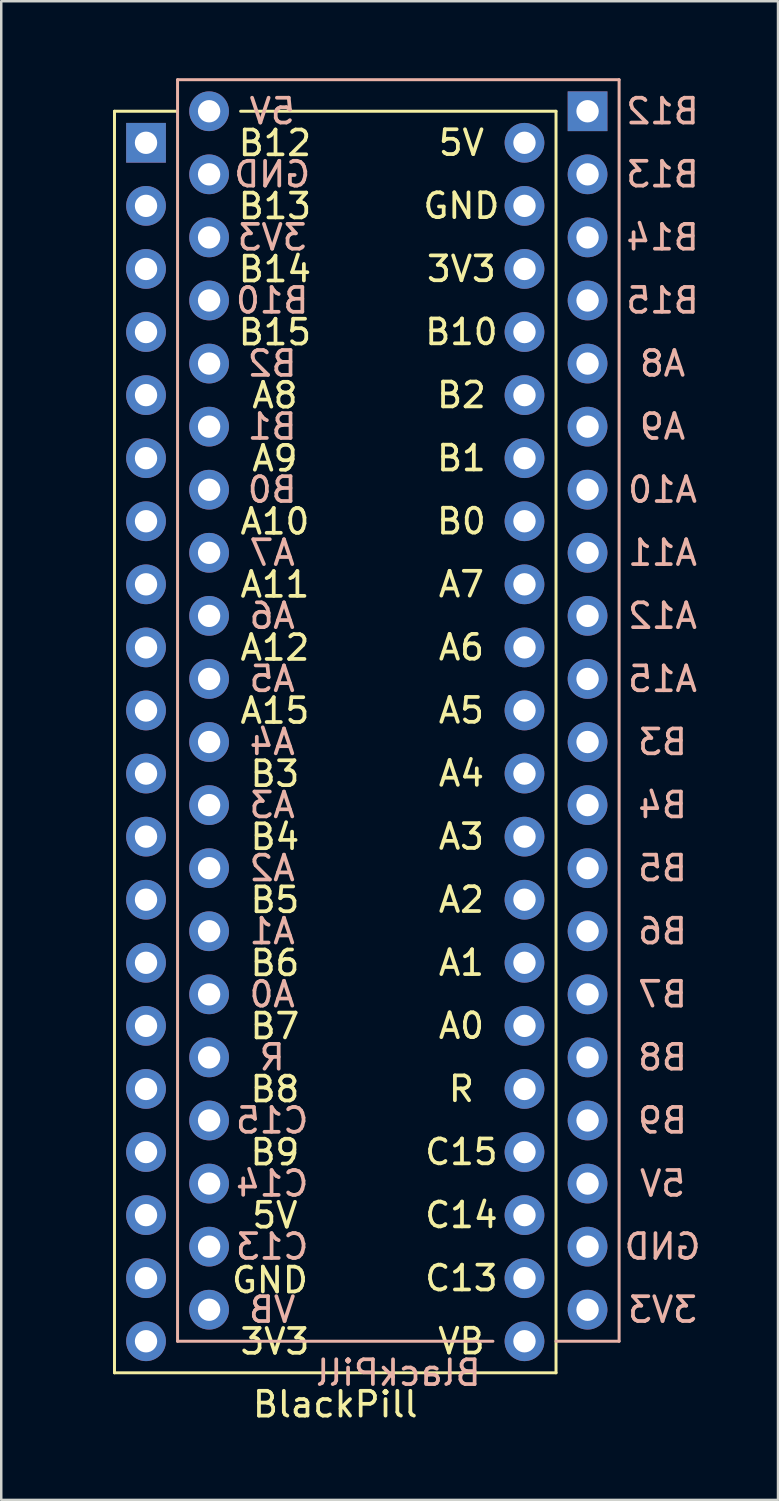
<source format=kicad_pcb>
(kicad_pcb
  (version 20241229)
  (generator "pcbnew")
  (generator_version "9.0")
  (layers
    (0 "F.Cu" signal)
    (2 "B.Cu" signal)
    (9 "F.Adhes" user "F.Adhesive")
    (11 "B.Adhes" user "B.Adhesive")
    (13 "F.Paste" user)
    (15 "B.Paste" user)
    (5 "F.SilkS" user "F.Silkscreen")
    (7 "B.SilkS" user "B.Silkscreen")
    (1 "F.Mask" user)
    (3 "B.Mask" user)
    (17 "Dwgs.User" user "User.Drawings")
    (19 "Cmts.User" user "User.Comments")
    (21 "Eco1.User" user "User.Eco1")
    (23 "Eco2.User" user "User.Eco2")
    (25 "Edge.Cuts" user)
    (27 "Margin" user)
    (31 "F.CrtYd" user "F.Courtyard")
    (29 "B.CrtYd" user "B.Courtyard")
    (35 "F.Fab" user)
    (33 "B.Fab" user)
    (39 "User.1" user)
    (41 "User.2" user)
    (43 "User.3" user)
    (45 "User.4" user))
  (footprint "BlackPill"
    (layer "F.Cu")
    (at 2.83 2.7)
    (property "Reference" "BlackPill" (at 7.62 50.8 0) (layer "F.SilkS") (effects (font (size 1 1) (thickness 0.15))))
    (attr through_hole)
    (fp_line (start -1.27 -1.27) (end -1.27 49.53) (stroke (width 0.12) (type solid)) (layer "F.SilkS"))
    (fp_line (start -1.27 49.53) (end 16.51 49.53) (stroke (width 0.12) (type solid)) (layer "F.SilkS"))
    (fp_line (start 1.27 -1.27) (end -1.27 -1.27) (stroke (width 0.12) (type solid)) (layer "F.SilkS"))
    (fp_line (start 16.51 -1.27) (end 3.81 -1.27) (stroke (width 0.12) (type solid)) (layer "F.SilkS"))
    (fp_line (start 16.51 49.53) (end 16.51 -1.27) (stroke (width 0.12) (type solid)) (layer "F.SilkS"))
    (fp_line (start 1.27 -2.54) (end 1.27 48.26) (stroke (width 0.12) (type solid)) (layer "B.SilkS"))
    (fp_line (start 1.27 48.26) (end 13.97 48.26) (stroke (width 0.12) (type solid)) (layer "B.SilkS"))
    (fp_line (start 16.51 48.26) (end 19.05 48.26) (stroke (width 0.12) (type solid)) (layer "B.SilkS"))
    (fp_line (start 19.05 -2.54) (end 1.27 -2.54) (stroke (width 0.12) (type solid)) (layer "B.SilkS"))
    (fp_line (start 19.05 48.26) (end 19.05 -2.54) (stroke (width 0.12) (type solid)) (layer "B.SilkS"))
    (fp_line (start -2.77 -2.64) (end 20.55 -2.64) (stroke (width 0.12) (type solid)) (layer "Eco2.User"))
    (fp_line (start -2.77 51.44) (end -2.77 -2.64) (stroke (width 0.12) (type solid)) (layer "Eco2.User"))
    (fp_line (start 20.55 -2.64) (end 20.55 51.44) (stroke (width 0.12) (type solid)) (layer "Eco2.User"))
    (fp_line (start 20.55 51.44) (end -2.77 51.44) (stroke (width 0.12) (type solid)) (layer "Eco2.User"))
    (fp_text user "A9" (at 5.19 12.71 0) (layer "F.SilkS") (effects (font (size 1 1) (thickness 0.15))))
    (fp_text user "5V" (at 5.19 43.19 0) (layer "F.SilkS") (effects (font (size 1 1) (thickness 0.15))))
    (fp_text user "B0" (at 12.7 15.24 0) (layer "F.SilkS") (effects (font (size 1 1) (thickness 0.15))))
    (fp_text user "A1" (at 12.7 33.02 0) (layer "F.SilkS") (effects (font (size 1 1) (thickness 0.15))))
    (fp_text user "B4" (at 5.19 27.95 0) (layer "F.SilkS") (effects (font (size 1 1) (thickness 0.15))))
    (fp_text user "A2" (at 12.7 30.48 0) (layer "F.SilkS") (effects (font (size 1 1) (thickness 0.15))))
    (fp_text user "B14" (at 5.19 5.09 0) (layer "F.SilkS") (effects (font (size 1 1) (thickness 0.15))))
    (fp_text user "A8" (at 5.19 10.17 0) (layer "F.SilkS") (effects (font (size 1 1) (thickness 0.15))))
    (fp_text user "5V" (at 12.7 0 0) (layer "F.SilkS") (effects (font (size 1 1) (thickness 0.15))))
    (fp_text user "A6" (at 12.7 20.32 0) (layer "F.SilkS") (effects (font (size 1 1) (thickness 0.15))))
    (fp_text user "B8" (at 5.19 38.11 0) (layer "F.SilkS") (effects (font (size 1 1) (thickness 0.15))))
    (fp_text user "B12" (at 5.19 0.01 0) (layer "F.SilkS") (effects (font (size 1 1) (thickness 0.15))))
    (fp_text user "B3" (at 5.19 25.41 0) (layer "F.SilkS") (effects (font (size 1 1) (thickness 0.15))))
    (fp_text user "B5" (at 5.19 30.49 0) (layer "F.SilkS") (effects (font (size 1 1) (thickness 0.15))))
    (fp_text user "A3" (at 12.7 27.94 0) (layer "F.SilkS") (effects (font (size 1 1) (thickness 0.15))))
    (fp_text user "B1" (at 12.7 12.7 0) (layer "F.SilkS") (effects (font (size 1 1) (thickness 0.15))))
    (fp_text user "3V3" (at 12.7 5.08 0) (layer "F.SilkS") (effects (font (size 1 1) (thickness 0.15))))
    (fp_text user "B10" (at 12.7 7.62 0) (layer "F.SilkS") (effects (font (size 1 1) (thickness 0.15))))
    (fp_text user "A5" (at 12.7 22.86 0) (layer "F.SilkS") (effects (font (size 1 1) (thickness 0.15))))
    (fp_text user "A12" (at 5.19 20.33 0) (layer "F.SilkS") (effects (font (size 1 1) (thickness 0.15))))
    (fp_text user "B6" (at 5.19 33.03 0) (layer "F.SilkS") (effects (font (size 1 1) (thickness 0.15))))
    (fp_text user "B7" (at 5.19 35.57 0) (layer "F.SilkS") (effects (font (size 1 1) (thickness 0.15))))
    (fp_text user "R" (at 12.7 38.1 0) (layer "F.SilkS") (effects (font (size 1 1) (thickness 0.15))))
    (fp_text user "B15" (at 5.19 7.63 0) (layer "F.SilkS") (effects (font (size 1 1) (thickness 0.15))))
    (fp_text user "A4" (at 12.7 25.4 0) (layer "F.SilkS") (effects (font (size 1 1) (thickness 0.15))))
    (fp_text user "A10" (at 5.19 15.25 0) (layer "F.SilkS") (effects (font (size 1 1) (thickness 0.15))))
    (fp_text user "B13" (at 5.19 2.55 0) (layer "F.SilkS") (effects (font (size 1 1) (thickness 0.15))))
    (fp_text user "C13" (at 12.7 45.72 0) (layer "F.SilkS") (effects (font (size 1 1) (thickness 0.15))))
    (fp_text user "C14" (at 12.7 43.18 0) (layer "F.SilkS") (effects (font (size 1 1) (thickness 0.15))))
    (fp_text user "B9" (at 5.19 40.65 0) (layer "F.SilkS") (effects (font (size 1 1) (thickness 0.15))))
    (fp_text user "VB" (at 12.7 48.26 0) (layer "F.SilkS") (effects (font (size 1 1) (thickness 0.15))))
    (fp_text user "GND" (at 12.7 2.54 0) (layer "F.SilkS") (effects (font (size 1 1) (thickness 0.15))))
    (fp_text user "A0" (at 12.7 35.56 0) (layer "F.SilkS") (effects (font (size 1 1) (thickness 0.15))))
    (fp_text user "A7" (at 12.7 17.78 0) (layer "F.SilkS") (effects (font (size 1 1) (thickness 0.15))))
    (fp_text user "GND" (at 4.99 45.8 0) (layer "F.SilkS") (effects (font (size 1 1) (thickness 0.15))))
    (fp_text user "A15" (at 5.19 22.87 0) (layer "F.SilkS") (effects (font (size 1 1) (thickness 0.15))))
    (fp_text user "C15" (at 12.7 40.64 0) (layer "F.SilkS") (effects (font (size 1 1) (thickness 0.15))))
    (fp_text user "A11" (at 5.19 17.79 0) (layer "F.SilkS") (effects (font (size 1 1) (thickness 0.15))))
    (fp_text user "B2" (at 12.7 10.16 0) (layer "F.SilkS") (effects (font (size 1 1) (thickness 0.15))))
    (fp_text user "3V3" (at 5.19 48.27 0) (layer "F.SilkS") (effects (font (size 1 1) (thickness 0.15))))
    (fp_text user "3V3" (at 5.08 3.81 180) (layer "B.SilkS") (effects (font (size 1 1) (thickness 0.15)) (justify mirror)))
    (fp_text user "B3" (at 20.8 24.13 180) (layer "B.SilkS") (effects (font (size 1 1) (thickness 0.15)) (justify mirror)))
    (fp_text user "B13" (at 20.8 1.27 180) (layer "B.SilkS") (effects (font (size 1 1) (thickness 0.15)) (justify mirror)))
    (fp_text user "A6" (at 5.08 19.05 180) (layer "B.SilkS") (effects (font (size 1 1) (thickness 0.15)) (justify mirror)))
    (fp_text user "B4" (at 20.8 26.67 180) (layer "B.SilkS") (effects (font (size 1 1) (thickness 0.15)) (justify mirror)))
    (fp_text user "B5" (at 20.8 29.21 180) (layer "B.SilkS") (effects (font (size 1 1) (thickness 0.15)) (justify mirror)))
    (fp_text user "GND" (at 20.8 44.45 180) (layer "B.SilkS") (effects (font (size 1 1) (thickness 0.15)) (justify mirror)))
    (fp_text user "A9" (at 20.8 11.43 180) (layer "B.SilkS") (effects (font (size 1 1) (thickness 0.15)) (justify mirror)))
    (fp_text user "B15" (at 20.8 6.35 180) (layer "B.SilkS") (effects (font (size 1 1) (thickness 0.15)) (justify mirror)))
    (fp_text user "B7" (at 20.8 34.29 180) (layer "B.SilkS") (effects (font (size 1 1) (thickness 0.15)) (justify mirror)))
    (fp_text user "B1" (at 5.08 11.43 180) (layer "B.SilkS") (effects (font (size 1 1) (thickness 0.15)) (justify mirror)))
    (fp_text user "B9" (at 20.8 39.37 180) (layer "B.SilkS") (effects (font (size 1 1) (thickness 0.15)) (justify mirror)))
    (fp_text user "VB" (at 5.08 46.99 180) (layer "B.SilkS") (effects (font (size 1 1) (thickness 0.15)) (justify mirror)))
    (fp_text user "C13" (at 5.08 44.45 180) (layer "B.SilkS") (effects (font (size 1 1) (thickness 0.15)) (justify mirror)))
    (fp_text user "A12" (at 20.8 19.05 180) (layer "B.SilkS") (effects (font (size 1 1) (thickness 0.15)) (justify mirror)))
    (fp_text user "A15" (at 20.8 21.59 180) (layer "B.SilkS") (effects (font (size 1 1) (thickness 0.15)) (justify mirror)))
    (fp_text user "B6" (at 20.8 31.75 180) (layer "B.SilkS") (effects (font (size 1 1) (thickness 0.15)) (justify mirror)))
    (fp_text user "B8" (at 20.8 36.83 180) (layer "B.SilkS") (effects (font (size 1 1) (thickness 0.15)) (justify mirror)))
    (fp_text user "3V3" (at 20.8 46.99 180) (layer "B.SilkS") (effects (font (size 1 1) (thickness 0.15)) (justify mirror)))
    (fp_text user "A1" (at 5.08 31.75 180) (layer "B.SilkS") (effects (font (size 1 1) (thickness 0.15)) (justify mirror)))
    (fp_text user "${REFERENCE}" (at 10.16 49.53 0) (layer "B.SilkS") (effects (font (size 1 1) (thickness 0.15)) (justify mirror)))
    (fp_text user "B2" (at 5.08 8.89 180) (layer "B.SilkS") (effects (font (size 1 1) (thickness 0.15)) (justify mirror)))
    (fp_text user "5V" (at 5.08 -1.27 180) (layer "B.SilkS") (effects (font (size 1 1) (thickness 0.15)) (justify mirror)))
    (fp_text user "A5" (at 5.08 21.59 180) (layer "B.SilkS") (effects (font (size 1 1) (thickness 0.15)) (justify mirror)))
    (fp_text user "A2" (at 5.08 29.21 180) (layer "B.SilkS") (effects (font (size 1 1) (thickness 0.15)) (justify mirror)))
    (fp_text user "A7" (at 5.08 16.51 180) (layer "B.SilkS") (effects (font (size 1 1) (thickness 0.15)) (justify mirror)))
    (fp_text user "A10" (at 20.8 13.97 180) (layer "B.SilkS") (effects (font (size 1 1) (thickness 0.15)) (justify mirror)))
    (fp_text user "B12" (at 20.8 -1.27 180) (layer "B.SilkS") (effects (font (size 1 1) (thickness 0.15)) (justify mirror)))
    (fp_text user "C15" (at 5.08 39.37 180) (layer "B.SilkS") (effects (font (size 1 1) (thickness 0.15)) (justify mirror)))
    (fp_text user "5V" (at 20.8 41.91 180) (layer "B.SilkS") (effects (font (size 1 1) (thickness 0.15)) (justify mirror)))
    (fp_text user "B14" (at 20.8 3.81 180) (layer "B.SilkS") (effects (font (size 1 1) (thickness 0.15)) (justify mirror)))
    (fp_text user "A0" (at 5.08 34.29 180) (layer "B.SilkS") (effects (font (size 1 1) (thickness 0.15)) (justify mirror)))
    (fp_text user "A8" (at 20.8 8.89 180) (layer "B.SilkS") (effects (font (size 1 1) (thickness 0.15)) (justify mirror)))
    (fp_text user "B0" (at 5.08 13.97 180) (layer "B.SilkS") (effects (font (size 1 1) (thickness 0.15)) (justify mirror)))
    (fp_text user "GND" (at 5.08 1.27 180) (layer "B.SilkS") (effects (font (size 1 1) (thickness 0.15)) (justify mirror)))
    (fp_text user "R" (at 5.08 36.83 180) (layer "B.SilkS") (effects (font (size 1 1) (thickness 0.15)) (justify mirror)))
    (fp_text user "B10" (at 5.08 6.35 180) (layer "B.SilkS") (effects (font (size 1 1) (thickness 0.15)) (justify mirror)))
    (fp_text user "A3" (at 5.08 26.67 180) (layer "B.SilkS") (effects (font (size 1 1) (thickness 0.15)) (justify mirror)))
    (fp_text user "A4" (at 5.08 24.13 180) (layer "B.SilkS") (effects (font (size 1 1) (thickness 0.15)) (justify mirror)))
    (fp_text user "A11" (at 20.8 16.51 180) (layer "B.SilkS") (effects (font (size 1 1) (thickness 0.15)) (justify mirror)))
    (fp_text user "C14" (at 5.08 41.91 180) (layer "B.SilkS") (effects (font (size 1 1) (thickness 0.15)) (justify mirror)))
    (pad "1" thru_hole rect (at 0 0) (size 1.6 1.6) (drill 0.9) (layers "*.Cu" "*.Mask"))
    (pad "1" thru_hole rect (at 17.78 -1.27) (size 1.6 1.6) (drill 0.9) (layers "*.Cu" "*.Mask"))
    (pad "2" thru_hole circle (at 0 2.54) (size 1.6 1.6) (drill 0.9) (layers "*.Cu" "*.Mask"))
    (pad "2" thru_hole circle (at 17.78 1.27) (size 1.6 1.6) (drill 0.9) (layers "*.Cu" "*.Mask"))
    (pad "3" thru_hole circle (at 0 5.08) (size 1.6 1.6) (drill 0.9) (layers "*.Cu" "*.Mask"))
    (pad "3" thru_hole circle (at 17.78 3.81) (size 1.6 1.6) (drill 0.9) (layers "*.Cu" "*.Mask"))
    (pad "4" thru_hole circle (at 0 7.62) (size 1.6 1.6) (drill 0.9) (layers "*.Cu" "*.Mask"))
    (pad "4" thru_hole circle (at 17.78 6.35) (size 1.6 1.6) (drill 0.9) (layers "*.Cu" "*.Mask"))
    (pad "5" thru_hole circle (at 0 10.16) (size 1.6 1.6) (drill 0.9) (layers "*.Cu" "*.Mask"))
    (pad "5" thru_hole circle (at 17.78 8.89) (size 1.6 1.6) (drill 0.9) (layers "*.Cu" "*.Mask"))
    (pad "6" thru_hole circle (at 0 12.7) (size 1.6 1.6) (drill 0.9) (layers "*.Cu" "*.Mask"))
    (pad "6" thru_hole circle (at 17.78 11.43) (size 1.6 1.6) (drill 0.9) (layers "*.Cu" "*.Mask"))
    (pad "7" thru_hole circle (at 0 15.24) (size 1.6 1.6) (drill 0.9) (layers "*.Cu" "*.Mask"))
    (pad "7" thru_hole circle (at 17.78 13.97) (size 1.6 1.6) (drill 0.9) (layers "*.Cu" "*.Mask"))
    (pad "8" thru_hole circle (at 0 17.78) (size 1.6 1.6) (drill 0.9) (layers "*.Cu" "*.Mask"))
    (pad "8" thru_hole circle (at 17.78 16.51) (size 1.6 1.6) (drill 0.9) (layers "*.Cu" "*.Mask"))
    (pad "9" thru_hole circle (at 0 20.32) (size 1.6 1.6) (drill 0.9) (layers "*.Cu" "*.Mask"))
    (pad "9" thru_hole circle (at 17.78 19.05) (size 1.6 1.6) (drill 0.9) (layers "*.Cu" "*.Mask"))
    (pad "10" thru_hole circle (at 0 22.86) (size 1.6 1.6) (drill 0.9) (layers "*.Cu" "*.Mask"))
    (pad "10" thru_hole circle (at 17.78 21.59) (size 1.6 1.6) (drill 0.9) (layers "*.Cu" "*.Mask"))
    (pad "11" thru_hole circle (at 0 25.4) (size 1.6 1.6) (drill 0.9) (layers "*.Cu" "*.Mask"))
    (pad "11" thru_hole circle (at 17.78 24.13) (size 1.6 1.6) (drill 0.9) (layers "*.Cu" "*.Mask"))
    (pad "12" thru_hole circle (at 0 27.94) (size 1.6 1.6) (drill 0.9) (layers "*.Cu" "*.Mask"))
    (pad "12" thru_hole circle (at 17.78 26.67) (size 1.6 1.6) (drill 0.9) (layers "*.Cu" "*.Mask"))
    (pad "13" thru_hole circle (at 0 30.48) (size 1.6 1.6) (drill 0.9) (layers "*.Cu" "*.Mask"))
    (pad "13" thru_hole circle (at 17.78 29.21) (size 1.6 1.6) (drill 0.9) (layers "*.Cu" "*.Mask"))
    (pad "14" thru_hole circle (at 0 33.02) (size 1.6 1.6) (drill 0.9) (layers "*.Cu" "*.Mask"))
    (pad "14" thru_hole circle (at 17.78 31.75) (size 1.6 1.6) (drill 0.9) (layers "*.Cu" "*.Mask"))
    (pad "15" thru_hole circle (at 0 35.56) (size 1.6 1.6) (drill 0.9) (layers "*.Cu" "*.Mask"))
    (pad "15" thru_hole circle (at 17.78 34.29) (size 1.6 1.6) (drill 0.9) (layers "*.Cu" "*.Mask"))
    (pad "16" thru_hole circle (at 0 38.1) (size 1.6 1.6) (drill 0.9) (layers "*.Cu" "*.Mask"))
    (pad "16" thru_hole circle (at 17.78 36.83) (size 1.6 1.6) (drill 0.9) (layers "*.Cu" "*.Mask"))
    (pad "17" thru_hole circle (at 0 40.64) (size 1.6 1.6) (drill 0.9) (layers "*.Cu" "*.Mask"))
    (pad "17" thru_hole circle (at 17.78 39.37) (size 1.6 1.6) (drill 0.9) (layers "*.Cu" "*.Mask"))
    (pad "18" thru_hole circle (at 0 43.18) (size 1.6 1.6) (drill 0.9) (layers "*.Cu" "*.Mask"))
    (pad "18" thru_hole circle (at 17.78 41.91) (size 1.6 1.6) (drill 0.9) (layers "*.Cu" "*.Mask"))
    (pad "19" thru_hole circle (at 0 45.72) (size 1.6 1.6) (drill 0.9) (layers "*.Cu" "*.Mask"))
    (pad "19" thru_hole circle (at 17.78 44.45) (size 1.6 1.6) (drill 0.9) (layers "*.Cu" "*.Mask"))
    (pad "20" thru_hole circle (at 0 48.26) (size 1.6 1.6) (drill 0.9) (layers "*.Cu" "*.Mask"))
    (pad "20" thru_hole circle (at 17.78 46.99) (size 1.6 1.6) (drill 0.9) (layers "*.Cu" "*.Mask"))
    (pad "21" thru_hole circle (at 2.54 46.99) (size 1.6 1.6) (drill 0.9) (layers "*.Cu" "*.Mask"))
    (pad "21" thru_hole circle (at 15.24 48.26) (size 1.6 1.6) (drill 0.9) (layers "*.Cu" "*.Mask"))
    (pad "22" thru_hole circle (at 2.54 44.45) (size 1.6 1.6) (drill 0.9) (layers "*.Cu" "*.Mask"))
    (pad "22" thru_hole circle (at 15.24 45.72) (size 1.6 1.6) (drill 0.9) (layers "*.Cu" "*.Mask"))
    (pad "23" thru_hole circle (at 2.54 41.91) (size 1.6 1.6) (drill 0.9) (layers "*.Cu" "*.Mask"))
    (pad "23" thru_hole circle (at 15.24 43.18) (size 1.6 1.6) (drill 0.9) (layers "*.Cu" "*.Mask"))
    (pad "24" thru_hole circle (at 2.54 39.37) (size 1.6 1.6) (drill 0.9) (layers "*.Cu" "*.Mask"))
    (pad "24" thru_hole circle (at 15.24 40.64) (size 1.6 1.6) (drill 0.9) (layers "*.Cu" "*.Mask"))
    (pad "25" thru_hole circle (at 2.54 36.83) (size 1.6 1.6) (drill 0.9) (layers "*.Cu" "*.Mask"))
    (pad "25" thru_hole circle (at 15.24 38.1) (size 1.6 1.6) (drill 0.9) (layers "*.Cu" "*.Mask"))
    (pad "26" thru_hole circle (at 2.54 34.29) (size 1.6 1.6) (drill 0.9) (layers "*.Cu" "*.Mask"))
    (pad "26" thru_hole circle (at 15.24 35.56) (size 1.6 1.6) (drill 0.9) (layers "*.Cu" "*.Mask"))
    (pad "27" thru_hole circle (at 2.54 31.75) (size 1.6 1.6) (drill 0.9) (layers "*.Cu" "*.Mask"))
    (pad "27" thru_hole circle (at 15.24 33.02) (size 1.6 1.6) (drill 0.9) (layers "*.Cu" "*.Mask"))
    (pad "28" thru_hole circle (at 2.54 29.21) (size 1.6 1.6) (drill 0.9) (layers "*.Cu" "*.Mask"))
    (pad "28" thru_hole circle (at 15.24 30.48) (size 1.6 1.6) (drill 0.9) (layers "*.Cu" "*.Mask"))
    (pad "29" thru_hole circle (at 2.54 26.67) (size 1.6 1.6) (drill 0.9) (layers "*.Cu" "*.Mask"))
    (pad "29" thru_hole circle (at 15.24 27.94) (size 1.6 1.6) (drill 0.9) (layers "*.Cu" "*.Mask"))
    (pad "30" thru_hole circle (at 2.54 24.13) (size 1.6 1.6) (drill 0.9) (layers "*.Cu" "*.Mask"))
    (pad "30" thru_hole circle (at 15.24 25.4) (size 1.6 1.6) (drill 0.9) (layers "*.Cu" "*.Mask"))
    (pad "31" thru_hole circle (at 2.54 21.59) (size 1.6 1.6) (drill 0.9) (layers "*.Cu" "*.Mask"))
    (pad "31" thru_hole circle (at 15.24 22.86) (size 1.6 1.6) (drill 0.9) (layers "*.Cu" "*.Mask"))
    (pad "32" thru_hole circle (at 2.54 19.05) (size 1.6 1.6) (drill 0.9) (layers "*.Cu" "*.Mask"))
    (pad "32" thru_hole circle (at 15.24 20.32) (size 1.6 1.6) (drill 0.9) (layers "*.Cu" "*.Mask"))
    (pad "33" thru_hole circle (at 2.54 16.51) (size 1.6 1.6) (drill 0.9) (layers "*.Cu" "*.Mask"))
    (pad "33" thru_hole circle (at 15.24 17.78) (size 1.6 1.6) (drill 0.9) (layers "*.Cu" "*.Mask"))
    (pad "34" thru_hole circle (at 2.54 13.97) (size 1.6 1.6) (drill 0.9) (layers "*.Cu" "*.Mask"))
    (pad "34" thru_hole circle (at 15.24 15.24) (size 1.6 1.6) (drill 0.9) (layers "*.Cu" "*.Mask"))
    (pad "35" thru_hole circle (at 2.54 11.43) (size 1.6 1.6) (drill 0.9) (layers "*.Cu" "*.Mask"))
    (pad "35" thru_hole circle (at 15.24 12.7) (size 1.6 1.6) (drill 0.9) (layers "*.Cu" "*.Mask"))
    (pad "36" thru_hole circle (at 2.54 8.89) (size 1.6 1.6) (drill 0.9) (layers "*.Cu" "*.Mask"))
    (pad "36" thru_hole circle (at 15.24 10.16) (size 1.6 1.6) (drill 0.9) (layers "*.Cu" "*.Mask"))
    (pad "37" thru_hole circle (at 2.54 6.35) (size 1.6 1.6) (drill 0.9) (layers "*.Cu" "*.Mask"))
    (pad "37" thru_hole circle (at 15.24 7.62) (size 1.6 1.6) (drill 0.9) (layers "*.Cu" "*.Mask"))
    (pad "38" thru_hole circle (at 2.54 3.81) (size 1.6 1.6) (drill 0.9) (layers "*.Cu" "*.Mask"))
    (pad "38" thru_hole circle (at 15.24 5.08) (size 1.6 1.6) (drill 0.9) (layers "*.Cu" "*.Mask"))
    (pad "39" thru_hole circle (at 2.54 1.27) (size 1.6 1.6) (drill 0.9) (layers "*.Cu" "*.Mask"))
    (pad "39" thru_hole circle (at 15.24 2.54) (size 1.6 1.6) (drill 0.9) (layers "*.Cu" "*.Mask"))
    (pad "40" thru_hole circle (at 2.54 -1.27) (size 1.6 1.6) (drill 0.9) (layers "*.Cu" "*.Mask"))
    (pad "40" thru_hole circle (at 15.24 0) (size 1.6 1.6) (drill 0.9) (layers "*.Cu" "*.Mask")))
  (gr_rect
    (start -3 -3)
    (end 28.279 57.348)
    (stroke (width 0.1) (type default))
    (fill no)
    (layer "Edge.Cuts")))
</source>
